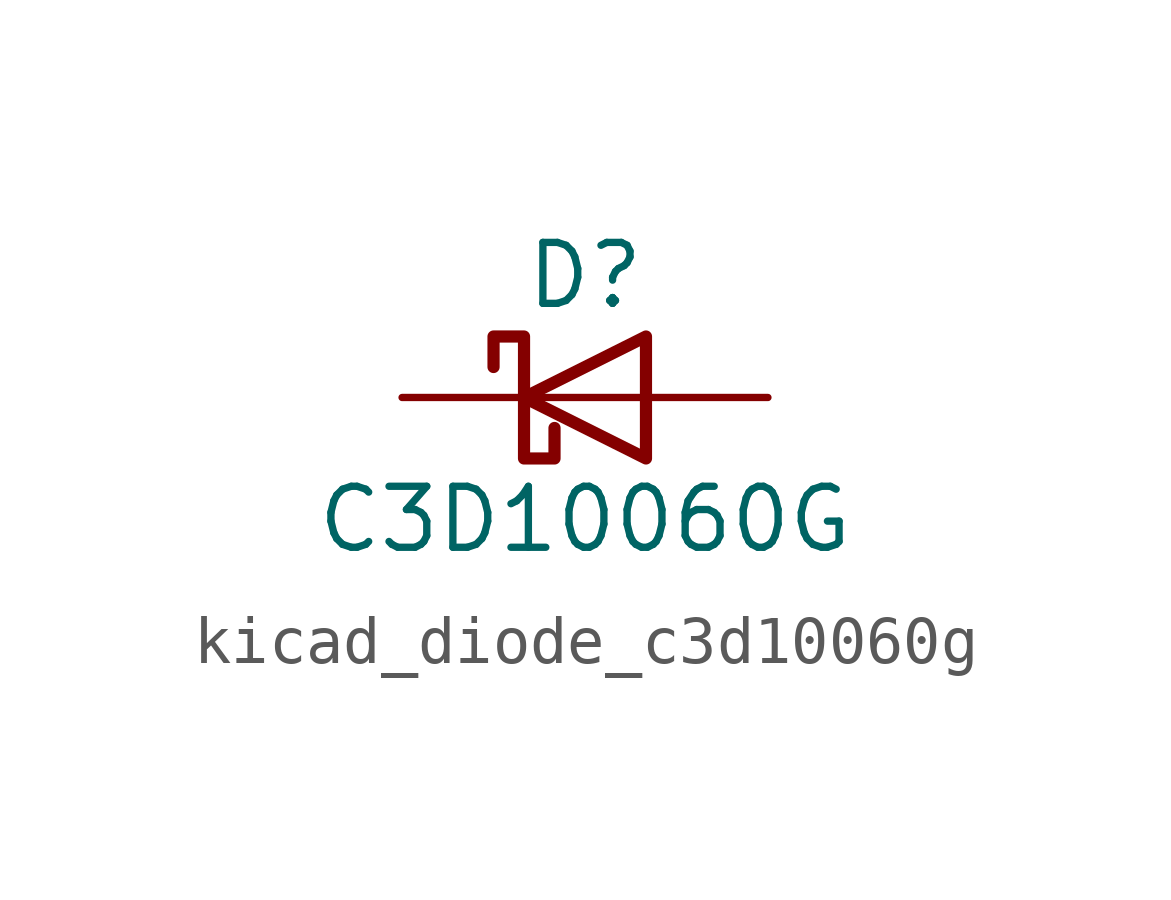
<source format=kicad_sym>
(kicad_symbol_lib
  (version 20220914)
  (generator kicad_symbol_editor)
  (symbol "kicad_diode_c3d10060g"
    (pin_numbers hide)
    (pin_names
      (offset 1.016) hide)
    (property "Reference" "D"
      (at 0 2.54 0)
      (effects (font (size 1.27 1.27))))
    (property "Value" "C3D10060G"
      (at 0 -2.54 0)
      (effects (font (size 1.27 1.27))))
    (symbol "kicad_diode_c3d10060g_0_1"
      (polyline (pts (xy 1.27 0) (xy -1.27 0)) (stroke (width 0) (type default)) (fill (type none)))
      (polyline (pts (xy 1.27 1.27) (xy 1.27 -1.27) (xy -1.27 0) (xy 1.27 1.27)) (stroke (width 0.254) (type default)) (fill (type none)))
      (polyline (pts (xy -1.905 0.635) (xy -1.905 1.27) (xy -1.27 1.27) (xy -1.27 -1.27) (xy -0.635 -1.27) (xy -0.635 -0.635)) (stroke (width 0.254) (type default)) (fill (type none))))
    (symbol "kicad_diode_c3d10060g_1_1"
      (pin passive line (at -3.81 0 0) (length 2.54) (name "K" (effects (font (size 1.27 1.27)))) (number "1" (effects (font (size 1.27 1.27)))))
      (pin passive line (at 3.81 0 180) (length 2.54) (name "A" (effects (font (size 1.27 1.27)))) (number "2" (effects (font (size 1.27 1.27))))))))
</source>
